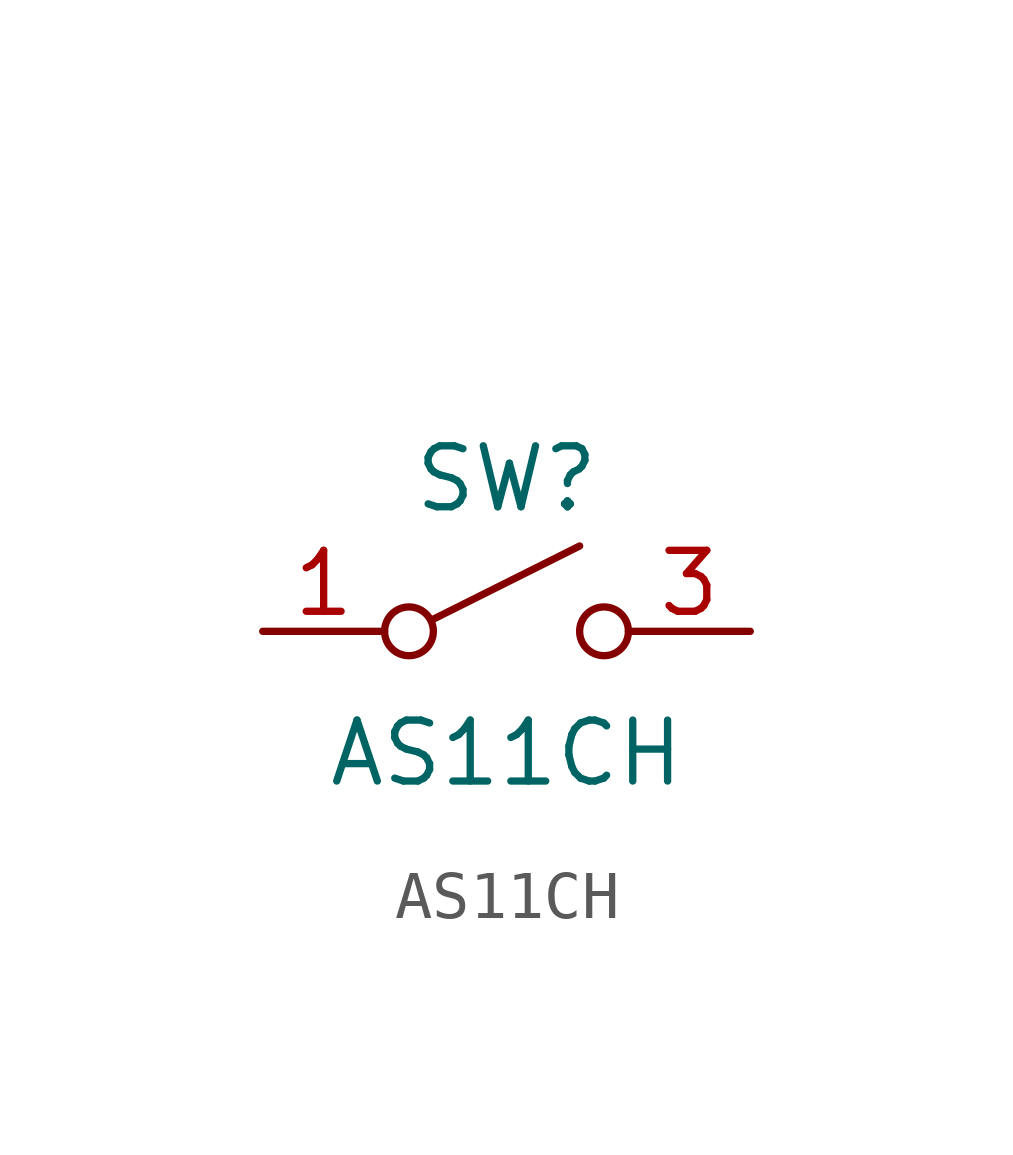
<source format=kicad_sym>
(kicad_symbol_lib
  (version 20241209)
  (generator "kicad_symbol_editor")
  (generator_version "9.0")
  (symbol "AS11CH"
    (pin_names
      (offset 0)
      (hide yes))
    (property "Reference" "SW"
      (at 0 3.175 0)
      (effects (font (size 1.27 1.27))))
    (property "Value" "AS11CH"
      (at 0 -2.54 0)
      (effects (font (size 1.27 1.27))))
    (symbol "AS11CH_0_0"
      (circle (center -2.032 0) (radius 0.508) (stroke (width 0) (type default)) (fill (type none)))
      (polyline (pts (xy -1.524 0.254) (xy 1.524 1.778)) (stroke (width 0) (type default)) (fill (type none)))
      (circle (center 2.032 0) (radius 0.508) (stroke (width 0) (type default)) (fill (type none))))
    (symbol "AS11CH_1_1"
      (pin passive line (at -5.08 0 0) (length 2.54) (name "A" (effects (font (size 1.27 1.27)))) (number "1" (effects (font (size 1.27 1.27)))))
      (pin passive line (at -3.81 7.62 0) (length 2.54) (hide yes) (name "MH2" (effects (font (size 1.27 1.27)))) (number "MH2" (effects (font (size 1.27 1.27)))))
      (pin passive line (at 3.81 7.62 180) (length 2.54) (hide yes) (name "MH1" (effects (font (size 1.27 1.27)))) (number "MH1" (effects (font (size 1.27 1.27)))))
      (pin passive line (at 3.81 5.08 180) (length 2.54) (hide yes) (name "NC" (effects (font (size 1.27 1.27)))) (number "2" (effects (font (size 1.27 1.27)))))
      (pin passive line (at 5.08 0 180) (length 2.54) (name "B" (effects (font (size 1.27 1.27)))) (number "3" (effects (font (size 1.27 1.27))))))))
</source>
